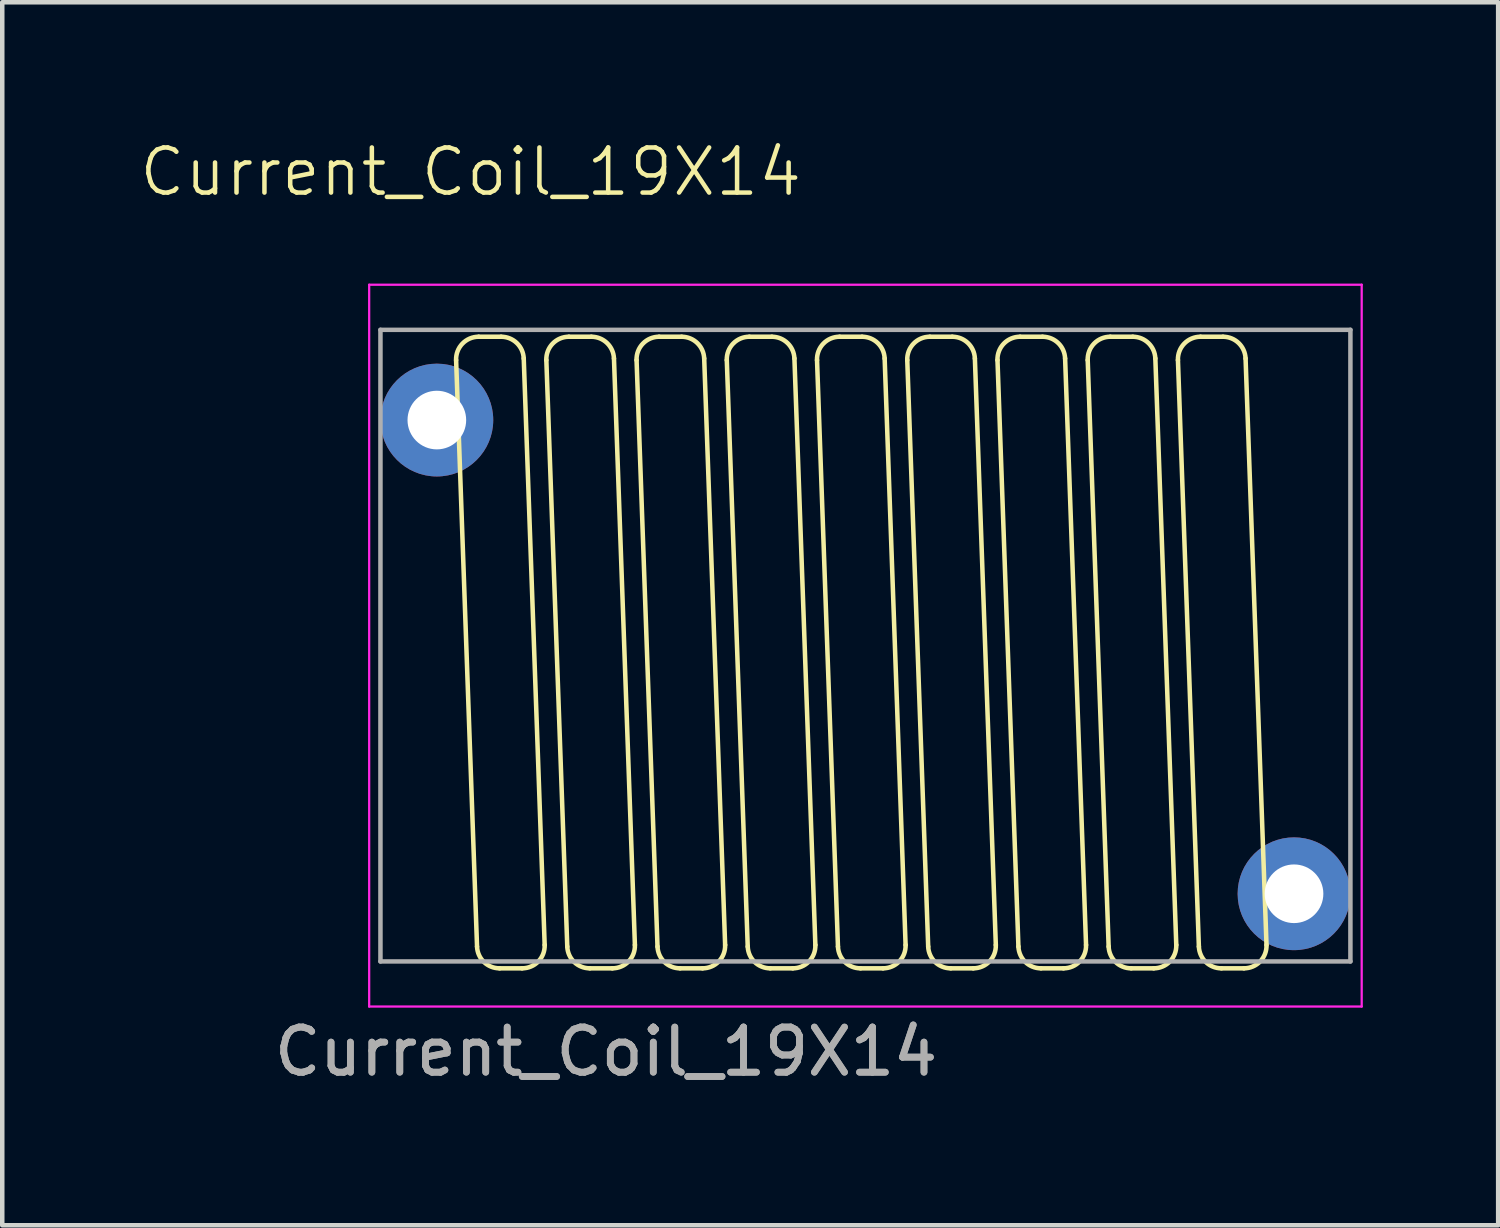
<source format=kicad_pcb>
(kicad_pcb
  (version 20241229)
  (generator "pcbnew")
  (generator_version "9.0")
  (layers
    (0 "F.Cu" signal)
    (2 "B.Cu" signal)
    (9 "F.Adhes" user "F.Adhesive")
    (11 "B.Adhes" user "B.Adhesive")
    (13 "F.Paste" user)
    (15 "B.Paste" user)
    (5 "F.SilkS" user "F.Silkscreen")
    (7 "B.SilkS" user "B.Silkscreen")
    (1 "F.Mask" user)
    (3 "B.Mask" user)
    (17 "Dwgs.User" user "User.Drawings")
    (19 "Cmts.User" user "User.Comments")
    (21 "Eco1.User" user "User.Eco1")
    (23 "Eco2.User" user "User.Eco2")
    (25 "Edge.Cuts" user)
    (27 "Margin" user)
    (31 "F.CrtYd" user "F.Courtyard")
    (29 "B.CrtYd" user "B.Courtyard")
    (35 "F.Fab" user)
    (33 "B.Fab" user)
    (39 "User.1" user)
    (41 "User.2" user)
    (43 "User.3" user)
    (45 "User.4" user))
  (footprint "Current_Coil_19X14"
    (layer "F.Cu")
    (at 15.883 12.511)
    (property "Reference" "Current_Coil_19X14" (at -8.5 -11.75 0) (unlocked yes) (layer "F.SilkS") (effects (font (size 1 1) (thickness 0.1))))
    (attr smd)
    (fp_line (start -8.359 5.421) (end -8.823 -7.579) (stroke (width 0.1) (type default)) (layer "F.SilkS"))
    (fp_line (start -8.323 -8.097) (end -7.824 -8.097) (stroke (width 0.1) (type default)) (layer "F.SilkS"))
    (fp_line (start -7.36 5.903) (end -7.859 5.903) (stroke (width 0.1) (type default)) (layer "F.SilkS"))
    (fp_line (start -7.324 -7.615) (end -6.86 5.385) (stroke (width 0.1) (type default)) (layer "F.SilkS"))
    (fp_line (start -6.359 5.421) (end -6.823 -7.579) (stroke (width 0.1) (type default)) (layer "F.SilkS"))
    (fp_line (start -6.323 -8.097) (end -5.824 -8.097) (stroke (width 0.1) (type default)) (layer "F.SilkS"))
    (fp_line (start -5.36 5.903) (end -5.859 5.903) (stroke (width 0.1) (type default)) (layer "F.SilkS"))
    (fp_line (start -5.324 -7.615) (end -4.86 5.385) (stroke (width 0.1) (type default)) (layer "F.SilkS"))
    (fp_line (start -4.359 5.421) (end -4.823 -7.579) (stroke (width 0.1) (type default)) (layer "F.SilkS"))
    (fp_line (start -4.323 -8.097) (end -3.824 -8.097) (stroke (width 0.1) (type default)) (layer "F.SilkS"))
    (fp_line (start -3.36 5.903) (end -3.859 5.903) (stroke (width 0.1) (type default)) (layer "F.SilkS"))
    (fp_line (start -3.324 -7.615) (end -2.86 5.385) (stroke (width 0.1) (type default)) (layer "F.SilkS"))
    (fp_line (start -2.359 5.421) (end -2.823 -7.579) (stroke (width 0.1) (type default)) (layer "F.SilkS"))
    (fp_line (start -2.323 -8.097) (end -1.824 -8.097) (stroke (width 0.1) (type default)) (layer "F.SilkS"))
    (fp_line (start -1.36 5.903) (end -1.859 5.903) (stroke (width 0.1) (type default)) (layer "F.SilkS"))
    (fp_line (start -1.324 -7.615) (end -0.86 5.385) (stroke (width 0.1) (type default)) (layer "F.SilkS"))
    (fp_line (start -0.359 5.421) (end -0.823 -7.579) (stroke (width 0.1) (type default)) (layer "F.SilkS"))
    (fp_line (start -0.323 -8.097) (end 0.176 -8.097) (stroke (width 0.1) (type default)) (layer "F.SilkS"))
    (fp_line (start 0.64 5.903) (end 0.141 5.903) (stroke (width 0.1) (type default)) (layer "F.SilkS"))
    (fp_line (start 0.676 -7.615) (end 1.14 5.385) (stroke (width 0.1) (type default)) (layer "F.SilkS"))
    (fp_line (start 1.641 5.421) (end 1.177 -7.579) (stroke (width 0.1) (type default)) (layer "F.SilkS"))
    (fp_line (start 1.677 -8.097) (end 2.176 -8.097) (stroke (width 0.1) (type default)) (layer "F.SilkS"))
    (fp_line (start 2.64 5.903) (end 2.141 5.903) (stroke (width 0.1) (type default)) (layer "F.SilkS"))
    (fp_line (start 2.676 -7.615) (end 3.14 5.385) (stroke (width 0.1) (type default)) (layer "F.SilkS"))
    (fp_line (start 3.641 5.421) (end 3.177 -7.579) (stroke (width 0.1) (type default)) (layer "F.SilkS"))
    (fp_line (start 3.677 -8.097) (end 4.176 -8.097) (stroke (width 0.1) (type default)) (layer "F.SilkS"))
    (fp_line (start 4.64 5.903) (end 4.141 5.903) (stroke (width 0.1) (type default)) (layer "F.SilkS"))
    (fp_line (start 4.676 -7.615) (end 5.14 5.385) (stroke (width 0.1) (type default)) (layer "F.SilkS"))
    (fp_line (start 5.641 5.421) (end 5.177 -7.579) (stroke (width 0.1) (type default)) (layer "F.SilkS"))
    (fp_line (start 5.677 -8.097) (end 6.176 -8.097) (stroke (width 0.1) (type default)) (layer "F.SilkS"))
    (fp_line (start 6.64 5.903) (end 6.141 5.903) (stroke (width 0.1) (type default)) (layer "F.SilkS"))
    (fp_line (start 6.676 -7.615) (end 7.14 5.385) (stroke (width 0.1) (type default)) (layer "F.SilkS"))
    (fp_line (start 7.641 5.421) (end 7.177 -7.579) (stroke (width 0.1) (type default)) (layer "F.SilkS"))
    (fp_line (start 7.677 -8.097) (end 8.176 -8.097) (stroke (width 0.1) (type default)) (layer "F.SilkS"))
    (fp_line (start 8.64 5.903) (end 8.141 5.903) (stroke (width 0.1) (type default)) (layer "F.SilkS"))
    (fp_line (start 8.676 -7.615) (end 9.14 5.385) (stroke (width 0.1) (type default)) (layer "F.SilkS"))
    (fp_arc (start -8.823138 -7.579341) (mid -8.683265 -7.944382) (end -8.323456 -8.097187) (stroke (width 0.1) (type default)) (layer "F.SilkS"))
    (fp_arc (start -7.85917 5.902813) (mid -8.206357 5.762621) (end -8.358852 5.420659) (stroke (width 0.1) (type default)) (layer "F.SilkS"))
    (fp_arc (start -7.824094 -8.097187) (mid -7.476907 -7.956995) (end -7.324412 -7.615033) (stroke (width 0.1) (type default)) (layer "F.SilkS"))
    (fp_arc (start -6.860126 5.384967) (mid -7 5.75) (end -7.359808 5.902813) (stroke (width 0.1) (type default)) (layer "F.SilkS"))
    (fp_arc (start -6.823138 -7.579341) (mid -6.683265 -7.944382) (end -6.323456 -8.097187) (stroke (width 0.1) (type default)) (layer "F.SilkS"))
    (fp_arc (start -5.85917 5.902813) (mid -6.206357 5.762621) (end -6.358852 5.420659) (stroke (width 0.1) (type default)) (layer "F.SilkS"))
    (fp_arc (start -5.824094 -8.097187) (mid -5.476907 -7.956995) (end -5.324412 -7.615033) (stroke (width 0.1) (type default)) (layer "F.SilkS"))
    (fp_arc (start -4.860126 5.384967) (mid -5 5.75) (end -5.359808 5.902813) (stroke (width 0.1) (type default)) (layer "F.SilkS"))
    (fp_arc (start -4.823138 -7.579341) (mid -4.683265 -7.944382) (end -4.323456 -8.097187) (stroke (width 0.1) (type default)) (layer "F.SilkS"))
    (fp_arc (start -3.85917 5.902813) (mid -4.206357 5.762621) (end -4.358852 5.420659) (stroke (width 0.1) (type default)) (layer "F.SilkS"))
    (fp_arc (start -3.824094 -8.097187) (mid -3.476907 -7.956995) (end -3.324412 -7.615033) (stroke (width 0.1) (type default)) (layer "F.SilkS"))
    (fp_arc (start -2.860126 5.384967) (mid -3 5.75) (end -3.359808 5.902813) (stroke (width 0.1) (type default)) (layer "F.SilkS"))
    (fp_arc (start -2.823138 -7.579341) (mid -2.683265 -7.944382) (end -2.323456 -8.097187) (stroke (width 0.1) (type default)) (layer "F.SilkS"))
    (fp_arc (start -1.85917 5.902813) (mid -2.206357 5.762621) (end -2.358852 5.420659) (stroke (width 0.1) (type default)) (layer "F.SilkS"))
    (fp_arc (start -1.824094 -8.097187) (mid -1.476907 -7.956995) (end -1.324412 -7.615033) (stroke (width 0.1) (type default)) (layer "F.SilkS"))
    (fp_arc (start -0.860126 5.384967) (mid -1 5.75) (end -1.359808 5.902813) (stroke (width 0.1) (type default)) (layer "F.SilkS"))
    (fp_arc (start -0.823138 -7.579341) (mid -0.683265 -7.944382) (end -0.323456 -8.097187) (stroke (width 0.1) (type default)) (layer "F.SilkS"))
    (fp_arc (start 0.14083 5.902813) (mid -0.206357 5.762621) (end -0.358852 5.420659) (stroke (width 0.1) (type default)) (layer "F.SilkS"))
    (fp_arc (start 0.175906 -8.097187) (mid 0.523093 -7.956995) (end 0.675588 -7.615033) (stroke (width 0.1) (type default)) (layer "F.SilkS"))
    (fp_arc (start 1.139874 5.384967) (mid 1 5.75) (end 0.640192 5.902813) (stroke (width 0.1) (type default)) (layer "F.SilkS"))
    (fp_arc (start 1.176862 -7.579341) (mid 1.316735 -7.944382) (end 1.676544 -8.097187) (stroke (width 0.1) (type default)) (layer "F.SilkS"))
    (fp_arc (start 2.14083 5.902813) (mid 1.793643 5.762621) (end 1.641148 5.420659) (stroke (width 0.1) (type default)) (layer "F.SilkS"))
    (fp_arc (start 2.175906 -8.097187) (mid 2.523093 -7.956995) (end 2.675588 -7.615033) (stroke (width 0.1) (type default)) (layer "F.SilkS"))
    (fp_arc (start 3.139874 5.384967) (mid 3 5.75) (end 2.640192 5.902813) (stroke (width 0.1) (type default)) (layer "F.SilkS"))
    (fp_arc (start 3.176862 -7.579341) (mid 3.316735 -7.944382) (end 3.676544 -8.097187) (stroke (width 0.1) (type default)) (layer "F.SilkS"))
    (fp_arc (start 4.14083 5.902813) (mid 3.793643 5.762621) (end 3.641148 5.420659) (stroke (width 0.1) (type default)) (layer "F.SilkS"))
    (fp_arc (start 4.175906 -8.097187) (mid 4.523093 -7.956995) (end 4.675588 -7.615033) (stroke (width 0.1) (type default)) (layer "F.SilkS"))
    (fp_arc (start 5.139874 5.384967) (mid 5 5.75) (end 4.640192 5.902813) (stroke (width 0.1) (type default)) (layer "F.SilkS"))
    (fp_arc (start 5.176862 -7.579341) (mid 5.316735 -7.944382) (end 5.676544 -8.097187) (stroke (width 0.1) (type default)) (layer "F.SilkS"))
    (fp_arc (start 6.14083 5.902813) (mid 5.793643 5.762621) (end 5.641148 5.420659) (stroke (width 0.1) (type default)) (layer "F.SilkS"))
    (fp_arc (start 6.175906 -8.097187) (mid 6.523093 -7.956995) (end 6.675588 -7.615033) (stroke (width 0.1) (type default)) (layer "F.SilkS"))
    (fp_arc (start 7.139874 5.384967) (mid 7 5.75) (end 6.640192 5.902813) (stroke (width 0.1) (type default)) (layer "F.SilkS"))
    (fp_arc (start 7.176862 -7.579341) (mid 7.316735 -7.944382) (end 7.676544 -8.097187) (stroke (width 0.1) (type default)) (layer "F.SilkS"))
    (fp_arc (start 8.14083 5.902813) (mid 7.793643 5.762621) (end 7.641148 5.420659) (stroke (width 0.1) (type default)) (layer "F.SilkS"))
    (fp_arc (start 8.175906 -8.097187) (mid 8.523093 -7.956995) (end 8.675588 -7.615033) (stroke (width 0.1) (type default)) (layer "F.SilkS"))
    (fp_arc (start 9.139874 5.384967) (mid 9 5.75) (end 8.640192 5.902813) (stroke (width 0.1) (type default)) (layer "F.SilkS"))
    (fp_line (start -10.75 -9.25) (end 11.25 -9.25) (stroke (width 0.05) (type default)) (layer "F.CrtYd"))
    (fp_line (start -10.75 6.75) (end -10.75 -9.25) (stroke (width 0.05) (type default)) (layer "F.CrtYd"))
    (fp_line (start 11.25 -9.25) (end 11.25 6.75) (stroke (width 0.05) (type default)) (layer "F.CrtYd"))
    (fp_line (start 11.25 6.75) (end -10.75 6.75) (stroke (width 0.05) (type default)) (layer "F.CrtYd"))
    (fp_line (start -10.5 -8.25) (end 11 -8.25) (stroke (width 0.1) (type default)) (layer "F.Fab"))
    (fp_line (start -10.5 5.75) (end -10.5 -8.25) (stroke (width 0.1) (type default)) (layer "F.Fab"))
    (fp_line (start -10.5 5.75) (end 11 5.75) (stroke (width 0.1) (type default)) (layer "F.Fab"))
    (fp_line (start 11 -8.25) (end 11 5.75) (stroke (width 0.1) (type default)) (layer "F.Fab"))
    (fp_text user "${REFERENCE}" (at -5.5 7.75 0) (unlocked yes) (layer "F.Fab") (effects (font (size 1 1) (thickness 0.15))))
    (fp_text user "${REFERENCE}" (at -5.5 7.75 0) (unlocked yes) (layer "F.Fab") (effects (font (size 1 1) (thickness 0.15))))
    (pad "1" thru_hole circle (at -9.25 -6.25) (size 2.5 2.5) (drill 1.3) (layers "*.Cu" "*.Mask"))
    (pad "2" thru_hole circle (at 9.75 4.25) (size 2.5 2.5) (drill 1.3) (layers "*.Cu" "*.Mask")))
  (gr_rect
    (start -3 -3)
    (end 30.158 24.109)
    (stroke (width 0.1) (type default))
    (fill no)
    (layer "Edge.Cuts")))
</source>
